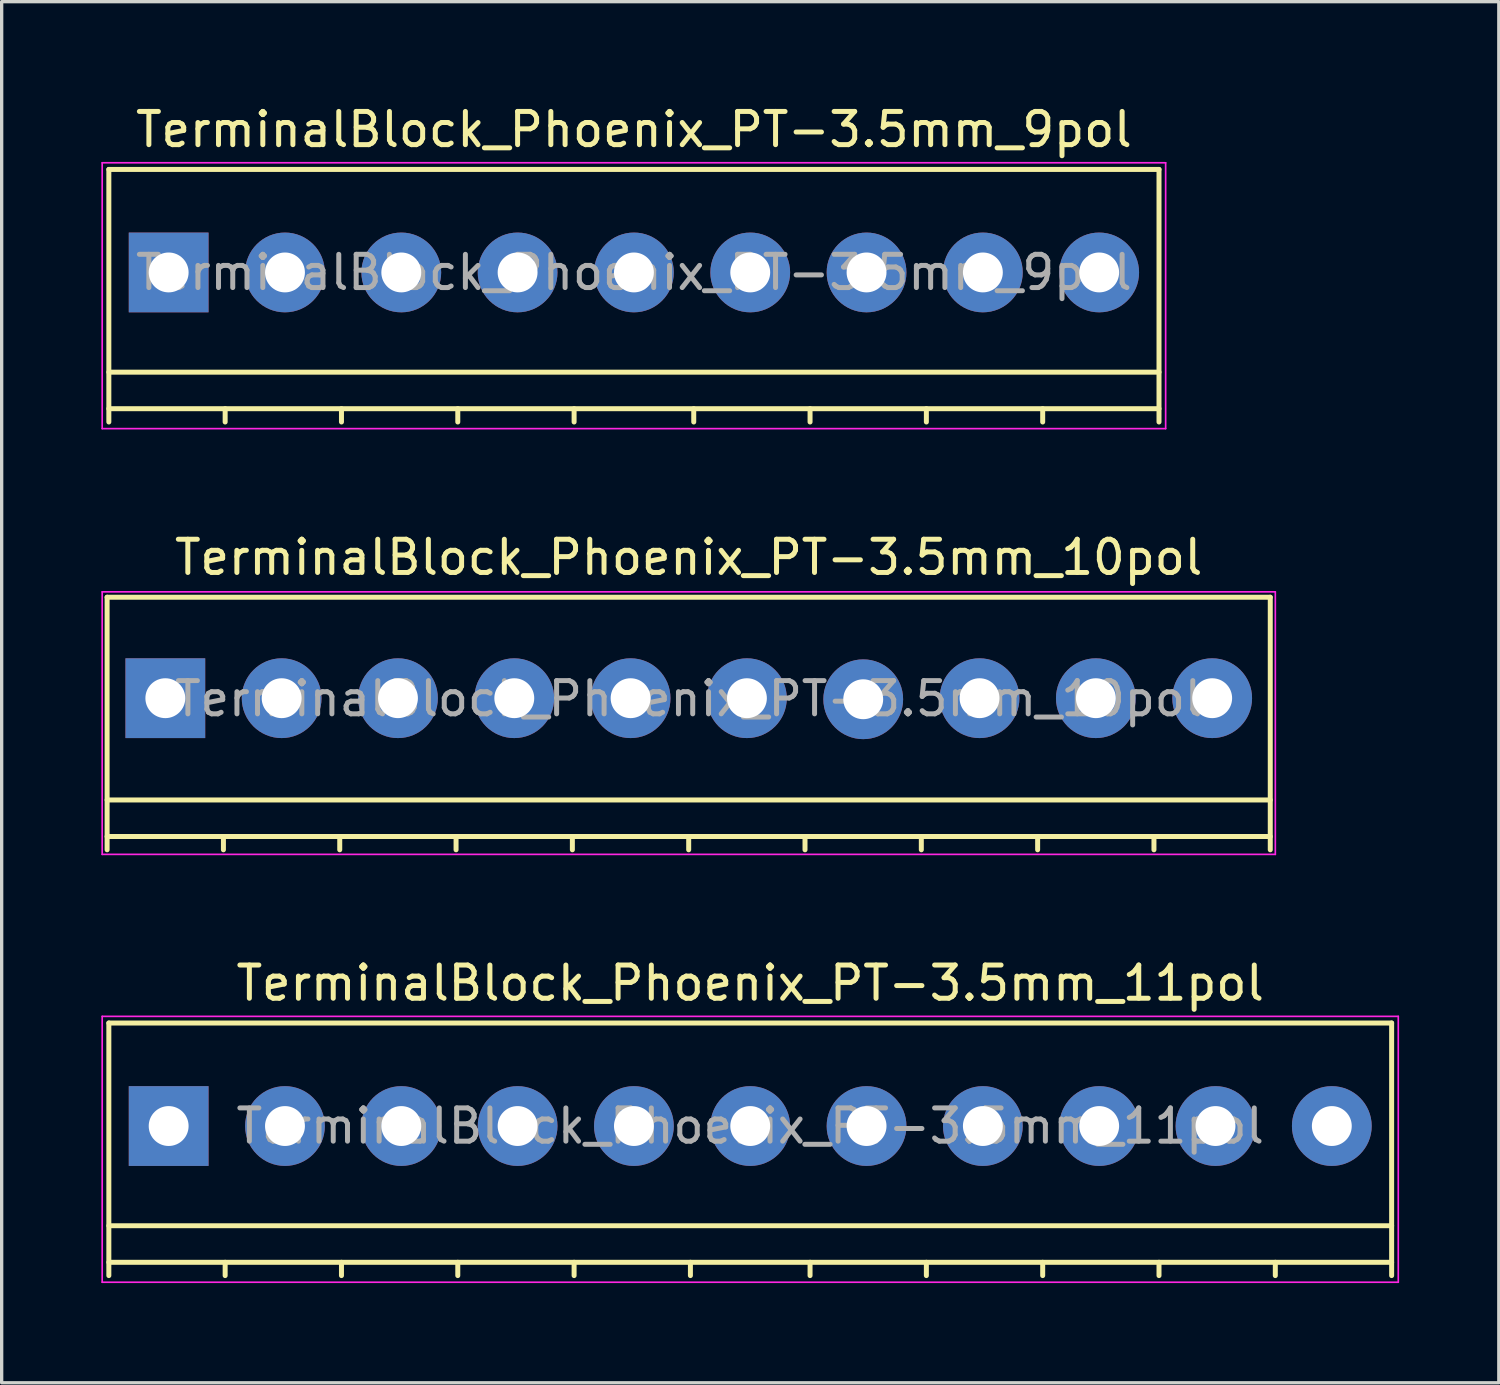
<source format=kicad_pcb>
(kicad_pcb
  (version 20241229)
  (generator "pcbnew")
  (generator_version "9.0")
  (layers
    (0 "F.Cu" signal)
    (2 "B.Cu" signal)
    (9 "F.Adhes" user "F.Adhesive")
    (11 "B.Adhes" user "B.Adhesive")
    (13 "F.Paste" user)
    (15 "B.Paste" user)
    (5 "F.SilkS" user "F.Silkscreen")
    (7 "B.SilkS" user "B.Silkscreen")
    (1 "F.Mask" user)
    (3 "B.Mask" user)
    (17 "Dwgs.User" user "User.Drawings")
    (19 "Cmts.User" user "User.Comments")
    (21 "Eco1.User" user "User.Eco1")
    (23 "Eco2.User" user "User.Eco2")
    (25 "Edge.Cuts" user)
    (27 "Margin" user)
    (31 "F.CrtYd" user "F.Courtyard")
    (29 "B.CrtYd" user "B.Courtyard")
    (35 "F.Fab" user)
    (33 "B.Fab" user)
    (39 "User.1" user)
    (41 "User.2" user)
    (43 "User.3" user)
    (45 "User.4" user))
  (footprint "TerminalBlock_Phoenix_PT-3.5mm_11pol"
    (layer "F.Cu")
    (at 2.025 30.833)
    (property "Reference" "TerminalBlock_Phoenix_PT-3.5mm_11pol" (at 17.5 -4.3 0) (layer "F.SilkS") (effects (font (size 1 1) (thickness 0.15))))
    (attr through_hole)
    (fp_line (start -1.8 -3.1) (end -1.8 4.5) (stroke (width 0.15) (type solid)) (layer "F.SilkS"))
    (fp_line (start -1.8 3) (end 36.8 3) (stroke (width 0.15) (type solid)) (layer "F.SilkS"))
    (fp_line (start -1.8 4.1) (end 36.8 4.1) (stroke (width 0.15) (type solid)) (layer "F.SilkS"))
    (fp_line (start 1.7 4.1) (end 1.7 4.5) (stroke (width 0.15) (type solid)) (layer "F.SilkS"))
    (fp_line (start 5.2 4.1) (end 5.2 4.5) (stroke (width 0.15) (type solid)) (layer "F.SilkS"))
    (fp_line (start 8.7 4.1) (end 8.7 4.5) (stroke (width 0.15) (type solid)) (layer "F.SilkS"))
    (fp_line (start 12.2 4.1) (end 12.2 4.5) (stroke (width 0.15) (type solid)) (layer "F.SilkS"))
    (fp_line (start 15.7 4.1) (end 15.7 4.5) (stroke (width 0.15) (type solid)) (layer "F.SilkS"))
    (fp_line (start 19.3 4.1) (end 19.3 4.5) (stroke (width 0.15) (type solid)) (layer "F.SilkS"))
    (fp_line (start 22.8 4.1) (end 22.8 4.5) (stroke (width 0.15) (type solid)) (layer "F.SilkS"))
    (fp_line (start 26.3 4.1) (end 26.3 4.5) (stroke (width 0.15) (type solid)) (layer "F.SilkS"))
    (fp_line (start 29.8 4.1) (end 29.8 4.5) (stroke (width 0.15) (type solid)) (layer "F.SilkS"))
    (fp_line (start 33.3 4.1) (end 33.3 4.5) (stroke (width 0.15) (type solid)) (layer "F.SilkS"))
    (fp_line (start 36.8 -3.1) (end -1.8 -3.1) (stroke (width 0.15) (type solid)) (layer "F.SilkS"))
    (fp_line (start 36.8 4.5) (end 36.8 -3.1) (stroke (width 0.15) (type solid)) (layer "F.SilkS"))
    (fp_line (start -2 -3.3) (end 37 -3.3) (stroke (width 0.05) (type solid)) (layer "F.CrtYd"))
    (fp_line (start -2 4.7) (end -2 -3.3) (stroke (width 0.05) (type solid)) (layer "F.CrtYd"))
    (fp_line (start 37 -3.3) (end 37 4.7) (stroke (width 0.05) (type solid)) (layer "F.CrtYd"))
    (fp_line (start 37 4.7) (end -2 4.7) (stroke (width 0.05) (type solid)) (layer "F.CrtYd"))
    (fp_text user "${REFERENCE}" (at 17.5 0 0) (layer "F.Fab") (effects (font (size 1 1) (thickness 0.15))))
    (pad "1" thru_hole rect (at 0 0 180) (size 2.4 2.4) (drill 1.2) (layers "*.Cu" "*.Mask"))
    (pad "2" thru_hole circle (at 3.5 0 180) (size 2.4 2.4) (drill 1.2) (layers "*.Cu" "*.Mask"))
    (pad "3" thru_hole circle (at 7 0 180) (size 2.4 2.4) (drill 1.2) (layers "*.Cu" "*.Mask"))
    (pad "4" thru_hole circle (at 10.5 0 180) (size 2.4 2.4) (drill 1.2) (layers "*.Cu" "*.Mask"))
    (pad "5" thru_hole circle (at 14 0 180) (size 2.4 2.4) (drill 1.2) (layers "*.Cu" "*.Mask"))
    (pad "6" thru_hole circle (at 17.5 0 180) (size 2.4 2.4) (drill 1.2) (layers "*.Cu" "*.Mask"))
    (pad "7" thru_hole circle (at 21 0 180) (size 2.4 2.4) (drill 1.2) (layers "*.Cu" "*.Mask"))
    (pad "8" thru_hole circle (at 24.5 0 180) (size 2.4 2.4) (drill 1.2) (layers "*.Cu" "*.Mask"))
    (pad "9" thru_hole circle (at 28 0 180) (size 2.4 2.4) (drill 1.2) (layers "*.Cu" "*.Mask"))
    (pad "10" thru_hole circle (at 31.5 0 180) (size 2.4 2.4) (drill 1.2) (layers "*.Cu" "*.Mask"))
    (pad "11" thru_hole circle (at 35 0 180) (size 2.4 2.4) (drill 1.2) (layers "*.Cu" "*.Mask")))
  (footprint "TerminalBlock_Phoenix_PT-3.5mm_10pol"
    (layer "F.Cu")
    (at 1.925 17.959)
    (property "Reference" "TerminalBlock_Phoenix_PT-3.5mm_10pol" (at 15.748 -4.238 0) (layer "F.SilkS") (effects (font (size 1 1) (thickness 0.15))))
    (attr through_hole)
    (fp_line (start -1.752 -3.038) (end -1.752 4.562) (stroke (width 0.15) (type solid)) (layer "F.SilkS"))
    (fp_line (start -1.752 3.062) (end 33.248 3.062) (stroke (width 0.15) (type solid)) (layer "F.SilkS"))
    (fp_line (start -1.752 4.162) (end 33.248 4.162) (stroke (width 0.15) (type solid)) (layer "F.SilkS"))
    (fp_line (start 1.748 4.162) (end 1.748 4.562) (stroke (width 0.15) (type solid)) (layer "F.SilkS"))
    (fp_line (start 5.248 4.162) (end 5.248 4.562) (stroke (width 0.15) (type solid)) (layer "F.SilkS"))
    (fp_line (start 8.748 4.162) (end 8.748 4.562) (stroke (width 0.15) (type solid)) (layer "F.SilkS"))
    (fp_line (start 12.248 4.162) (end 12.248 4.562) (stroke (width 0.15) (type solid)) (layer "F.SilkS"))
    (fp_line (start 15.748 4.162) (end 15.748 4.562) (stroke (width 0.15) (type solid)) (layer "F.SilkS"))
    (fp_line (start 19.248 4.162) (end 19.248 4.562) (stroke (width 0.15) (type solid)) (layer "F.SilkS"))
    (fp_line (start 22.748 4.162) (end 22.748 4.562) (stroke (width 0.15) (type solid)) (layer "F.SilkS"))
    (fp_line (start 26.248 4.162) (end 26.248 4.562) (stroke (width 0.15) (type solid)) (layer "F.SilkS"))
    (fp_line (start 29.748 4.162) (end 29.748 4.562) (stroke (width 0.15) (type solid)) (layer "F.SilkS"))
    (fp_line (start 33.248 -3.038) (end -1.752 -3.038) (stroke (width 0.15) (type solid)) (layer "F.SilkS"))
    (fp_line (start 33.248 4.562) (end 33.248 -3.038) (stroke (width 0.15) (type solid)) (layer "F.SilkS"))
    (fp_line (start -1.9 -3.2) (end 33.4 -3.2) (stroke (width 0.05) (type solid)) (layer "F.CrtYd"))
    (fp_line (start -1.9 4.7) (end -1.9 -3.2) (stroke (width 0.05) (type solid)) (layer "F.CrtYd"))
    (fp_line (start 33.4 -3.2) (end 33.4 4.7) (stroke (width 0.05) (type solid)) (layer "F.CrtYd"))
    (fp_line (start 33.4 4.7) (end -1.9 4.7) (stroke (width 0.05) (type solid)) (layer "F.CrtYd"))
    (fp_text user "${REFERENCE}" (at 15.75 0.016 0) (layer "F.Fab") (effects (font (size 1 1) (thickness 0.15))))
    (pad "1" thru_hole rect (at 0 0 180) (size 2.4 2.4) (drill 1.2) (layers "*.Cu" "*.Mask"))
    (pad "2" thru_hole circle (at 3.5 0 180) (size 2.4 2.4) (drill 1.2) (layers "*.Cu" "*.Mask"))
    (pad "3" thru_hole circle (at 7 0 180) (size 2.4 2.4) (drill 1.2) (layers "*.Cu" "*.Mask"))
    (pad "4" thru_hole circle (at 10.5 0 180) (size 2.4 2.4) (drill 1.2) (layers "*.Cu" "*.Mask"))
    (pad "5" thru_hole circle (at 14 0 180) (size 2.4 2.4) (drill 1.2) (layers "*.Cu" "*.Mask"))
    (pad "6" thru_hole circle (at 17.5 0 180) (size 2.4 2.4) (drill 1.2) (layers "*.Cu" "*.Mask"))
    (pad "7" thru_hole circle (at 21 0.032 180) (size 2.4 2.4) (drill 1.2) (layers "*.Cu" "*.Mask"))
    (pad "8" thru_hole circle (at 24.5 0 180) (size 2.4 2.4) (drill 1.2) (layers "*.Cu" "*.Mask"))
    (pad "9" thru_hole circle (at 28 0 180) (size 2.4 2.4) (drill 1.2) (layers "*.Cu" "*.Mask"))
    (pad "10" thru_hole circle (at 31.5 0 180) (size 2.4 2.4) (drill 1.2) (layers "*.Cu" "*.Mask")))
  (footprint "TerminalBlock_Phoenix_PT-3.5mm_9pol"
    (layer "F.Cu")
    (at 2.025 5.148)
    (property "Reference" "TerminalBlock_Phoenix_PT-3.5mm_9pol" (at 14 -4.3 0) (layer "F.SilkS") (effects (font (size 1 1) (thickness 0.15))))
    (attr through_hole)
    (fp_line (start -1.8 -3.1) (end -1.8 4.5) (stroke (width 0.15) (type solid)) (layer "F.SilkS"))
    (fp_line (start -1.8 3) (end 29.8 3) (stroke (width 0.15) (type solid)) (layer "F.SilkS"))
    (fp_line (start -1.8 4.1) (end 29.8 4.1) (stroke (width 0.15) (type solid)) (layer "F.SilkS"))
    (fp_line (start 1.7 4.1) (end 1.7 4.5) (stroke (width 0.15) (type solid)) (layer "F.SilkS"))
    (fp_line (start 5.2 4.1) (end 5.2 4.5) (stroke (width 0.15) (type solid)) (layer "F.SilkS"))
    (fp_line (start 8.7 4.1) (end 8.7 4.5) (stroke (width 0.15) (type solid)) (layer "F.SilkS"))
    (fp_line (start 12.2 4.1) (end 12.2 4.5) (stroke (width 0.15) (type solid)) (layer "F.SilkS"))
    (fp_line (start 15.8 4.1) (end 15.8 4.5) (stroke (width 0.15) (type solid)) (layer "F.SilkS"))
    (fp_line (start 19.3 4.1) (end 19.3 4.5) (stroke (width 0.15) (type solid)) (layer "F.SilkS"))
    (fp_line (start 22.8 4.1) (end 22.8 4.5) (stroke (width 0.15) (type solid)) (layer "F.SilkS"))
    (fp_line (start 26.3 4.1) (end 26.3 4.5) (stroke (width 0.15) (type solid)) (layer "F.SilkS"))
    (fp_line (start 29.8 -3.1) (end -1.8 -3.1) (stroke (width 0.15) (type solid)) (layer "F.SilkS"))
    (fp_line (start 29.8 4.5) (end 29.8 -3.1) (stroke (width 0.15) (type solid)) (layer "F.SilkS"))
    (fp_line (start -2 -3.3) (end 30 -3.3) (stroke (width 0.05) (type solid)) (layer "F.CrtYd"))
    (fp_line (start -2 4.7) (end -2 -3.3) (stroke (width 0.05) (type solid)) (layer "F.CrtYd"))
    (fp_line (start 30 -3.3) (end 30 4.7) (stroke (width 0.05) (type solid)) (layer "F.CrtYd"))
    (fp_line (start 30 4.7) (end -2 4.7) (stroke (width 0.05) (type solid)) (layer "F.CrtYd"))
    (fp_text user "${REFERENCE}" (at 14 0 0) (layer "F.Fab") (effects (font (size 1 1) (thickness 0.15))))
    (pad "1" thru_hole rect (at 0 0) (size 2.4 2.4) (drill 1.2) (layers "*.Cu" "*.Mask"))
    (pad "2" thru_hole circle (at 3.5 0) (size 2.4 2.4) (drill 1.2) (layers "*.Cu" "*.Mask"))
    (pad "3" thru_hole circle (at 7 0) (size 2.4 2.4) (drill 1.2) (layers "*.Cu" "*.Mask"))
    (pad "4" thru_hole circle (at 10.5 0) (size 2.4 2.4) (drill 1.2) (layers "*.Cu" "*.Mask"))
    (pad "5" thru_hole circle (at 14 0) (size 2.4 2.4) (drill 1.2) (layers "*.Cu" "*.Mask"))
    (pad "6" thru_hole circle (at 17.5 0) (size 2.4 2.4) (drill 1.2) (layers "*.Cu" "*.Mask"))
    (pad "7" thru_hole circle (at 21 0) (size 2.4 2.4) (drill 1.2) (layers "*.Cu" "*.Mask"))
    (pad "8" thru_hole circle (at 24.5 0) (size 2.4 2.4) (drill 1.2) (layers "*.Cu" "*.Mask"))
    (pad "9" thru_hole circle (at 28 0) (size 2.4 2.4) (drill 1.2) (layers "*.Cu" "*.Mask")))
  (gr_rect
    (start -3 -3)
    (end 42.05 38.558)
    (stroke (width 0.1) (type default))
    (fill no)
    (layer "Edge.Cuts")))
</source>
